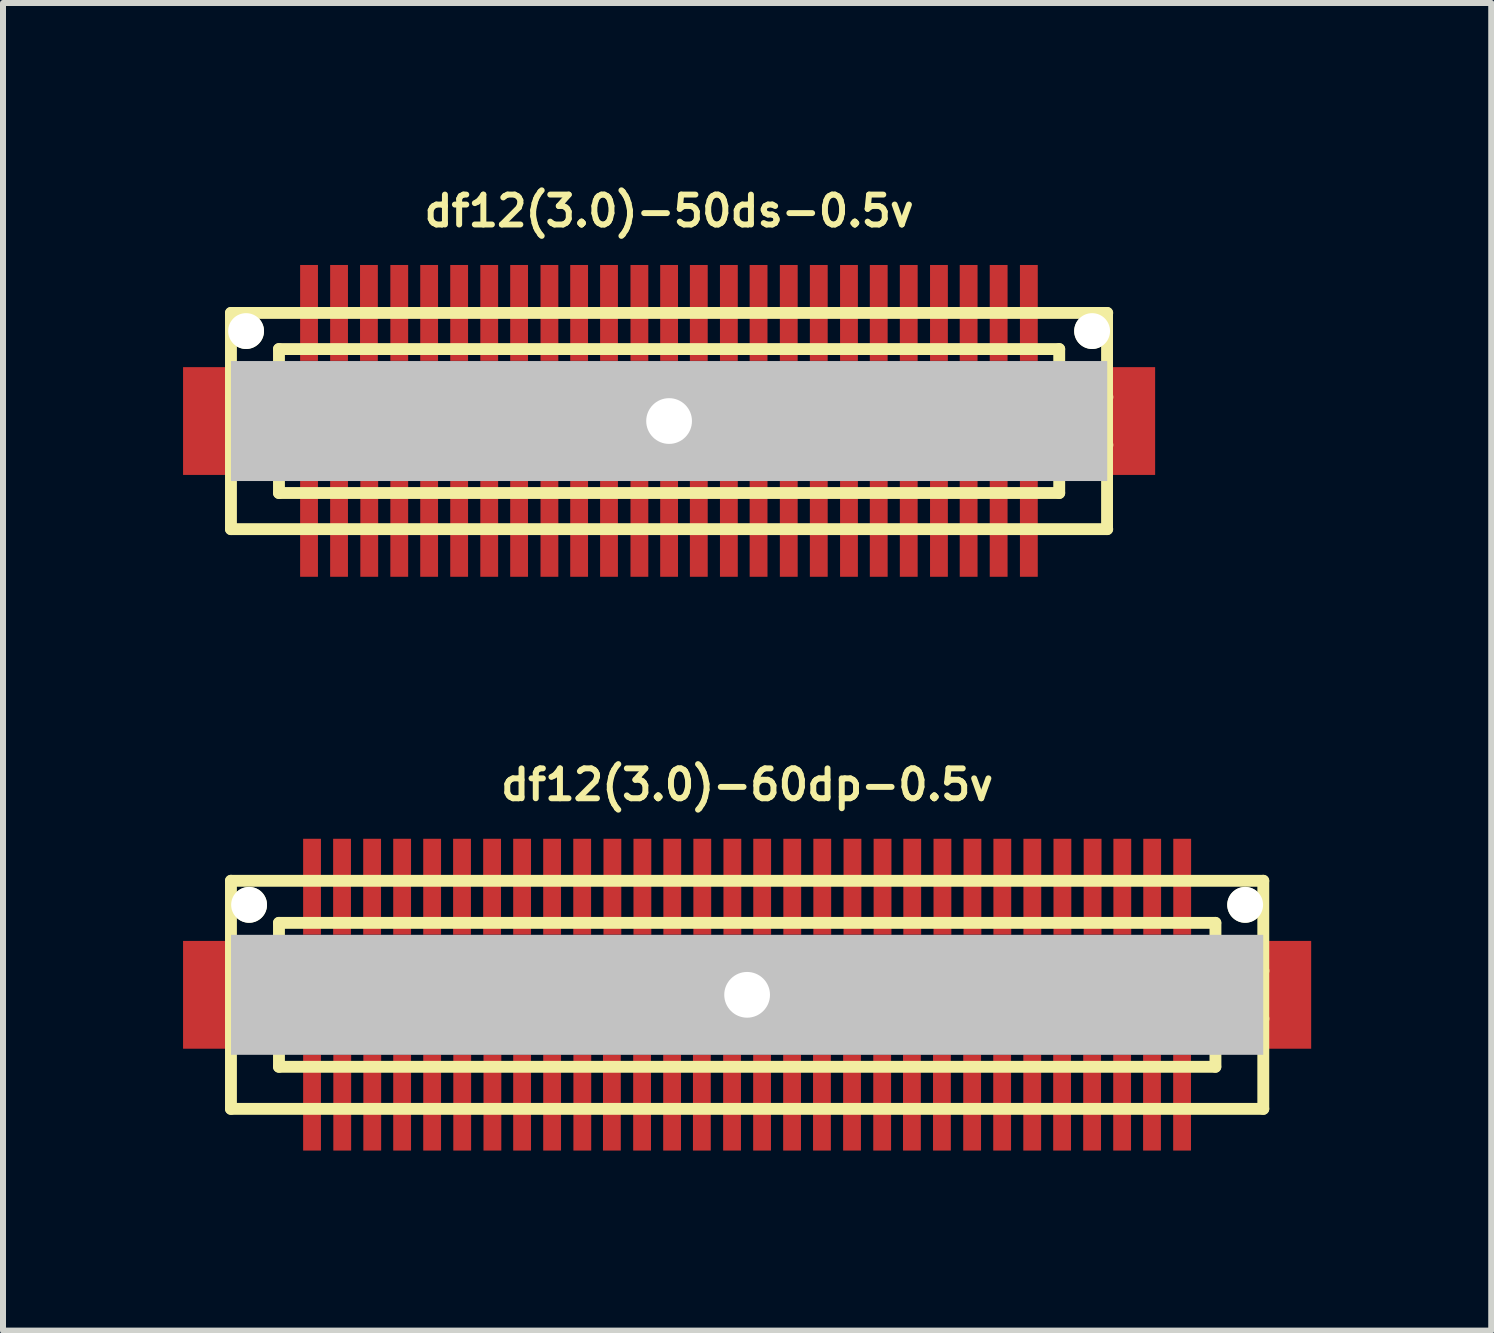
<source format=kicad_pcb>
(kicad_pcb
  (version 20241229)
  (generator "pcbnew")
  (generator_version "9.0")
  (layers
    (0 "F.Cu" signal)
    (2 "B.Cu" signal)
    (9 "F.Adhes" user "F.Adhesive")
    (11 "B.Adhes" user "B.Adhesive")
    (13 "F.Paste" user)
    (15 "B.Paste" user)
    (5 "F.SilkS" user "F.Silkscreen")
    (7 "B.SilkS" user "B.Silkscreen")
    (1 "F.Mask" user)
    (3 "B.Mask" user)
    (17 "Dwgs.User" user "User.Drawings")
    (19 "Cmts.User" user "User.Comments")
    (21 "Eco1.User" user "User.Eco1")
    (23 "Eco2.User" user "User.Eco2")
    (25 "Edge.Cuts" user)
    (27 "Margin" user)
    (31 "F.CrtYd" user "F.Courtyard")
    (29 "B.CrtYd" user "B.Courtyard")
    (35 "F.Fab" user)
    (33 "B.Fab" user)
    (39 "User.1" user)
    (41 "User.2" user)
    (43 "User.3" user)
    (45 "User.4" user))
  (footprint "df12(3.0)-50ds-0.5v"
    (layer "F.Cu")
    (at 8.098 3.965)
    (property "Reference" "df12(3.0)-50ds-0.5v" (at 0 -3.5 0) (layer "F.SilkS") (effects (font (size 0.498 0.498) (thickness 0.099))))
    (attr through_hole)
    (fp_line (start -7.3 1.801) (end -7.3 -1.801) (stroke (width 0.198) (type solid)) (layer "F.SilkS"))
    (fp_line (start -7.3 1.801) (end 7.3 1.801) (stroke (width 0.198) (type solid)) (layer "F.SilkS"))
    (fp_line (start -6.5 -1.199) (end 6.5 -1.199) (stroke (width 0.198) (type solid)) (layer "F.SilkS"))
    (fp_line (start -6.5 -0.701) (end 6.5 -0.701) (stroke (width 0.198) (type solid)) (layer "F.SilkS"))
    (fp_line (start -6.5 -0.399) (end -7.3 -0.399) (stroke (width 0.198) (type solid)) (layer "F.SilkS"))
    (fp_line (start -6.5 0.399) (end -7.3 0.399) (stroke (width 0.198) (type solid)) (layer "F.SilkS"))
    (fp_line (start -6.5 0.701) (end 6.5 0.701) (stroke (width 0.198) (type solid)) (layer "F.SilkS"))
    (fp_line (start -6.5 1.199) (end -6.5 -1.199) (stroke (width 0.198) (type solid)) (layer "F.SilkS"))
    (fp_line (start 6.5 -1.199) (end 6.5 1.199) (stroke (width 0.198) (type solid)) (layer "F.SilkS"))
    (fp_line (start 6.5 1.199) (end -6.5 1.199) (stroke (width 0.198) (type solid)) (layer "F.SilkS"))
    (fp_line (start 6.502 -0.399) (end 7.303 -0.399) (stroke (width 0.198) (type solid)) (layer "F.SilkS"))
    (fp_line (start 7.297 -1.801) (end 7.297 1.801) (stroke (width 0.198) (type solid)) (layer "F.SilkS"))
    (fp_line (start 7.3 -1.801) (end -7.3 -1.801) (stroke (width 0.198) (type solid)) (layer "F.SilkS"))
    (fp_line (start 7.303 0.399) (end 6.502 0.399) (stroke (width 0.198) (type solid)) (layer "F.SilkS"))
    (pad "" smd rect (at -7.699 0) (size 0.798 1.796) (layers "F.Cu" "F.Mask" "F.Paste"))
    (pad "" np_thru_hole circle (at -7.048 -1.499) (size 0.597 0.597) (drill 0.597) (layers "*.Cu" "*.Mask" "F.SilkS"))
    (pad "" np_thru_hole rect (at 0 0) (size 14.6 1.999) (drill 0.762) (layers "Dwgs.User"))
    (pad "" np_thru_hole circle (at 7.048 -1.499) (size 0.597 0.597) (drill 0.597) (layers "*.Cu" "*.Mask" "F.SilkS"))
    (pad "" smd rect (at 7.699 0) (size 0.798 1.796) (layers "F.Cu" "F.Mask" "F.Paste"))
    (pad "1" smd rect (at -5.999 1.796) (size 0.297 1.598) (layers "F.Cu" "F.Mask" "F.Paste"))
    (pad "2" smd rect (at -5.499 1.796) (size 0.297 1.598) (layers "F.Cu" "F.Mask" "F.Paste"))
    (pad "3" smd rect (at -4.996 1.796) (size 0.297 1.598) (layers "F.Cu" "F.Mask" "F.Paste"))
    (pad "4" smd rect (at -4.496 1.796) (size 0.297 1.598) (layers "F.Cu" "F.Mask" "F.Paste"))
    (pad "5" smd rect (at -3.998 1.796) (size 0.297 1.598) (layers "F.Cu" "F.Mask" "F.Paste"))
    (pad "6" smd rect (at -3.498 1.796) (size 0.297 1.598) (layers "F.Cu" "F.Mask" "F.Paste"))
    (pad "7" smd rect (at -2.997 1.796) (size 0.297 1.598) (layers "F.Cu" "F.Mask" "F.Paste"))
    (pad "8" smd rect (at -2.499 1.796) (size 0.297 1.598) (layers "F.Cu" "F.Mask" "F.Paste"))
    (pad "9" smd rect (at -1.994 1.796) (size 0.297 1.598) (layers "F.Cu" "F.Mask" "F.Paste"))
    (pad "10" smd rect (at -1.499 1.796) (size 0.297 1.598) (layers "F.Cu" "F.Mask" "F.Paste"))
    (pad "11" smd rect (at -1.001 1.796) (size 0.297 1.598) (layers "F.Cu" "F.Mask" "F.Paste"))
    (pad "12" smd rect (at -0.495 1.796) (size 0.297 1.598) (layers "F.Cu" "F.Mask" "F.Paste"))
    (pad "13" smd rect (at 0 1.796) (size 0.297 1.598) (layers "F.Cu" "F.Mask" "F.Paste"))
    (pad "14" smd rect (at 0.495 1.796) (size 0.297 1.598) (layers "F.Cu" "F.Mask" "F.Paste"))
    (pad "15" smd rect (at 0.996 1.796) (size 0.297 1.598) (layers "F.Cu" "F.Mask" "F.Paste"))
    (pad "16" smd rect (at 1.491 1.796) (size 0.297 1.598) (layers "F.Cu" "F.Mask" "F.Paste"))
    (pad "17" smd rect (at 1.994 1.796) (size 0.297 1.598) (layers "F.Cu" "F.Mask" "F.Paste"))
    (pad "18" smd rect (at 2.494 1.796) (size 0.297 1.598) (layers "F.Cu" "F.Mask" "F.Paste"))
    (pad "19" smd rect (at 2.997 1.796) (size 0.297 1.598) (layers "F.Cu" "F.Mask" "F.Paste"))
    (pad "20" smd rect (at 3.493 1.796) (size 0.297 1.598) (layers "F.Cu" "F.Mask" "F.Paste"))
    (pad "21" smd rect (at 3.993 1.796) (size 0.297 1.598) (layers "F.Cu" "F.Mask" "F.Paste"))
    (pad "22" smd rect (at 4.496 1.796) (size 0.297 1.598) (layers "F.Cu" "F.Mask" "F.Paste"))
    (pad "23" smd rect (at 4.991 1.796) (size 0.297 1.598) (layers "F.Cu" "F.Mask" "F.Paste"))
    (pad "24" smd rect (at 5.491 1.796) (size 0.297 1.598) (layers "F.Cu" "F.Mask" "F.Paste"))
    (pad "25" smd rect (at 5.994 1.796) (size 0.297 1.598) (layers "F.Cu" "F.Mask" "F.Paste"))
    (pad "26" smd rect (at 5.994 -1.801) (size 0.297 1.598) (layers "F.Cu" "F.Mask" "F.Paste"))
    (pad "27" smd rect (at 5.491 -1.801) (size 0.297 1.598) (layers "F.Cu" "F.Mask" "F.Paste"))
    (pad "28" smd rect (at 4.991 -1.801) (size 0.297 1.598) (layers "F.Cu" "F.Mask" "F.Paste"))
    (pad "29" smd rect (at 4.496 -1.801) (size 0.297 1.598) (layers "F.Cu" "F.Mask" "F.Paste"))
    (pad "30" smd rect (at 3.993 -1.801) (size 0.297 1.598) (layers "F.Cu" "F.Mask" "F.Paste"))
    (pad "31" smd rect (at 3.493 -1.801) (size 0.297 1.598) (layers "F.Cu" "F.Mask" "F.Paste"))
    (pad "32" smd rect (at 2.997 -1.801) (size 0.297 1.598) (layers "F.Cu" "F.Mask" "F.Paste"))
    (pad "33" smd rect (at 2.494 -1.801) (size 0.297 1.598) (layers "F.Cu" "F.Mask" "F.Paste"))
    (pad "34" smd rect (at 1.994 -1.801) (size 0.297 1.598) (layers "F.Cu" "F.Mask" "F.Paste"))
    (pad "35" smd rect (at 1.491 -1.801) (size 0.297 1.598) (layers "F.Cu" "F.Mask" "F.Paste"))
    (pad "36" smd rect (at 0.996 -1.801) (size 0.297 1.598) (layers "F.Cu" "F.Mask" "F.Paste"))
    (pad "37" smd rect (at 0.495 -1.801) (size 0.297 1.598) (layers "F.Cu" "F.Mask" "F.Paste"))
    (pad "38" smd rect (at 0 -1.801) (size 0.297 1.598) (layers "F.Cu" "F.Mask" "F.Paste"))
    (pad "39" smd rect (at -0.495 -1.801) (size 0.297 1.598) (layers "F.Cu" "F.Mask" "F.Paste"))
    (pad "40" smd rect (at -1.001 -1.801) (size 0.297 1.598) (layers "F.Cu" "F.Mask" "F.Paste"))
    (pad "41" smd rect (at -1.499 -1.801) (size 0.297 1.598) (layers "F.Cu" "F.Mask" "F.Paste"))
    (pad "42" smd rect (at -1.994 -1.801) (size 0.297 1.598) (layers "F.Cu" "F.Mask" "F.Paste"))
    (pad "43" smd rect (at -2.499 -1.801) (size 0.297 1.598) (layers "F.Cu" "F.Mask" "F.Paste"))
    (pad "44" smd rect (at -2.997 -1.801) (size 0.297 1.598) (layers "F.Cu" "F.Mask" "F.Paste"))
    (pad "45" smd rect (at -3.498 -1.801) (size 0.297 1.598) (layers "F.Cu" "F.Mask" "F.Paste"))
    (pad "46" smd rect (at -3.998 -1.801) (size 0.297 1.598) (layers "F.Cu" "F.Mask" "F.Paste"))
    (pad "47" smd rect (at -4.496 -1.801) (size 0.297 1.598) (layers "F.Cu" "F.Mask" "F.Paste"))
    (pad "48" smd rect (at -5.001 -1.801) (size 0.297 1.598) (layers "F.Cu" "F.Mask" "F.Paste"))
    (pad "49" smd rect (at -5.499 -1.801) (size 0.297 1.598) (layers "F.Cu" "F.Mask" "F.Paste"))
    (pad "50" smd rect (at -5.999 -1.801) (size 0.297 1.598) (layers "F.Cu" "F.Mask" "F.Paste")))
  (footprint "df12(3.0)-60dp-0.5v"
    (layer "F.Cu")
    (at 9.398 13.525)
    (property "Reference" "df12(3.0)-60dp-0.5v" (at 0 -3.5 0) (layer "F.SilkS") (effects (font (size 0.498 0.498) (thickness 0.099))))
    (attr through_hole)
    (fp_line (start -8.6 -1.9) (end -8.6 1.9) (stroke (width 0.198) (type solid)) (layer "F.SilkS"))
    (fp_line (start -8.6 1.9) (end 8.6 1.9) (stroke (width 0.198) (type solid)) (layer "F.SilkS"))
    (fp_line (start -7.8 -1.199) (end 7.8 -1.199) (stroke (width 0.198) (type solid)) (layer "F.SilkS"))
    (fp_line (start -7.8 -0.399) (end -8.6 -0.399) (stroke (width 0.198) (type solid)) (layer "F.SilkS"))
    (fp_line (start -7.8 0.399) (end -8.6 0.399) (stroke (width 0.198) (type solid)) (layer "F.SilkS"))
    (fp_line (start -7.8 1.199) (end -7.8 -1.199) (stroke (width 0.198) (type solid)) (layer "F.SilkS"))
    (fp_line (start 7.8 1.199) (end -7.8 1.199) (stroke (width 0.198) (type solid)) (layer "F.SilkS"))
    (fp_line (start 7.803 -1.199) (end 7.803 1.199) (stroke (width 0.198) (type solid)) (layer "F.SilkS"))
    (fp_line (start 7.803 -0.399) (end 8.603 -0.399) (stroke (width 0.198) (type solid)) (layer "F.SilkS"))
    (fp_line (start 8.6 -1.9) (end -8.6 -1.9) (stroke (width 0.198) (type solid)) (layer "F.SilkS"))
    (fp_line (start 8.6 1.9) (end 8.6 -1.9) (stroke (width 0.198) (type solid)) (layer "F.SilkS"))
    (fp_line (start 8.603 0.399) (end 7.803 0.399) (stroke (width 0.198) (type solid)) (layer "F.SilkS"))
    (pad "" smd rect (at -8.999 0) (size 0.798 1.796) (layers "F.Cu" "F.Mask" "F.Paste"))
    (pad "" np_thru_hole circle (at -8.298 -1.499) (size 0.597 0.597) (drill 0.597) (layers "*.Cu" "*.Mask" "F.SilkS"))
    (pad "" np_thru_hole rect (at 0 0) (size 17.198 1.999) (drill 0.762) (layers "Dwgs.User"))
    (pad "" np_thru_hole circle (at 8.298 -1.499) (size 0.597 0.597) (drill 0.597) (layers "*.Cu" "*.Mask" "F.SilkS"))
    (pad "" smd rect (at 8.999 0) (size 0.798 1.796) (layers "F.Cu" "F.Mask" "F.Paste"))
    (pad "1" smd rect (at 7.247 1.796) (size 0.297 1.598) (layers "F.Cu" "F.Mask" "F.Paste"))
    (pad "2" smd rect (at 6.746 1.796) (size 0.297 1.598) (layers "F.Cu" "F.Mask" "F.Paste"))
    (pad "3" smd rect (at 6.248 1.796) (size 0.297 1.598) (layers "F.Cu" "F.Mask" "F.Paste"))
    (pad "4" smd rect (at 5.748 1.796) (size 0.297 1.598) (layers "F.Cu" "F.Mask" "F.Paste"))
    (pad "5" smd rect (at 5.248 1.796) (size 0.297 1.598) (layers "F.Cu" "F.Mask" "F.Paste"))
    (pad "6" smd rect (at 4.75 1.796) (size 0.297 1.598) (layers "F.Cu" "F.Mask" "F.Paste"))
    (pad "7" smd rect (at 4.249 1.796) (size 0.297 1.598) (layers "F.Cu" "F.Mask" "F.Paste"))
    (pad "8" smd rect (at 3.749 1.796) (size 0.297 1.598) (layers "F.Cu" "F.Mask" "F.Paste"))
    (pad "9" smd rect (at 3.246 1.796) (size 0.297 1.598) (layers "F.Cu" "F.Mask" "F.Paste"))
    (pad "10" smd rect (at 2.746 1.796) (size 0.297 1.598) (layers "F.Cu" "F.Mask" "F.Paste"))
    (pad "11" smd rect (at 2.25 1.796) (size 0.297 1.598) (layers "F.Cu" "F.Mask" "F.Paste"))
    (pad "12" smd rect (at 1.748 1.796) (size 0.297 1.598) (layers "F.Cu" "F.Mask" "F.Paste"))
    (pad "13" smd rect (at 1.247 1.796) (size 0.297 1.598) (layers "F.Cu" "F.Mask" "F.Paste"))
    (pad "14" smd rect (at 0.749 1.796) (size 0.297 1.598) (layers "F.Cu" "F.Mask" "F.Paste"))
    (pad "15" smd rect (at 0.249 1.796) (size 0.297 1.598) (layers "F.Cu" "F.Mask" "F.Paste"))
    (pad "16" smd rect (at -0.251 1.796) (size 0.297 1.598) (layers "F.Cu" "F.Mask" "F.Paste"))
    (pad "17" smd rect (at -0.754 1.796) (size 0.297 1.598) (layers "F.Cu" "F.Mask" "F.Paste"))
    (pad "18" smd rect (at -1.25 1.796) (size 0.297 1.598) (layers "F.Cu" "F.Mask" "F.Paste"))
    (pad "19" smd rect (at -1.75 1.796) (size 0.297 1.598) (layers "F.Cu" "F.Mask" "F.Paste"))
    (pad "20" smd rect (at -2.253 1.796) (size 0.297 1.598) (layers "F.Cu" "F.Mask" "F.Paste"))
    (pad "21" smd rect (at -2.746 1.796) (size 0.297 1.598) (layers "F.Cu" "F.Mask" "F.Paste"))
    (pad "22" smd rect (at -3.249 1.796) (size 0.297 1.598) (layers "F.Cu" "F.Mask" "F.Paste"))
    (pad "23" smd rect (at -3.749 1.796) (size 0.297 1.598) (layers "F.Cu" "F.Mask" "F.Paste"))
    (pad "24" smd rect (at -4.244 1.796) (size 0.297 1.598) (layers "F.Cu" "F.Mask" "F.Paste"))
    (pad "25" smd rect (at -4.747 1.796) (size 0.297 1.598) (layers "F.Cu" "F.Mask" "F.Paste"))
    (pad "26" smd rect (at -5.248 1.796) (size 0.297 1.598) (layers "F.Cu" "F.Mask" "F.Paste"))
    (pad "27" smd rect (at -5.748 1.796) (size 0.297 1.598) (layers "F.Cu" "F.Mask" "F.Paste"))
    (pad "28" smd rect (at -6.246 1.796) (size 0.297 1.598) (layers "F.Cu" "F.Mask" "F.Paste"))
    (pad "29" smd rect (at -6.746 1.796) (size 0.297 1.598) (layers "F.Cu" "F.Mask" "F.Paste"))
    (pad "30" smd rect (at -7.249 1.796) (size 0.297 1.598) (layers "F.Cu" "F.Mask" "F.Paste"))
    (pad "31" smd rect (at -7.249 -1.801) (size 0.297 1.598) (layers "F.Cu" "F.Mask" "F.Paste"))
    (pad "32" smd rect (at -6.749 -1.801) (size 0.297 1.598) (layers "F.Cu" "F.Mask" "F.Paste"))
    (pad "33" smd rect (at -6.248 -1.801) (size 0.297 1.598) (layers "F.Cu" "F.Mask" "F.Paste"))
    (pad "34" smd rect (at -5.748 -1.801) (size 0.297 1.598) (layers "F.Cu" "F.Mask" "F.Paste"))
    (pad "35" smd rect (at -5.248 -1.801) (size 0.297 1.598) (layers "F.Cu" "F.Mask" "F.Paste"))
    (pad "36" smd rect (at -4.75 -1.801) (size 0.297 1.598) (layers "F.Cu" "F.Mask" "F.Paste"))
    (pad "37" smd rect (at -4.249 -1.801) (size 0.297 1.598) (layers "F.Cu" "F.Mask" "F.Paste"))
    (pad "38" smd rect (at -3.749 -1.801) (size 0.297 1.598) (layers "F.Cu" "F.Mask" "F.Paste"))
    (pad "39" smd rect (at -3.249 -1.801) (size 0.297 1.598) (layers "F.Cu" "F.Mask" "F.Paste"))
    (pad "40" smd rect (at -2.748 -1.801) (size 0.297 1.598) (layers "F.Cu" "F.Mask" "F.Paste"))
    (pad "41" smd rect (at -2.245 -1.801) (size 0.297 1.598) (layers "F.Cu" "F.Mask" "F.Paste"))
    (pad "42" smd rect (at -1.745 -1.801) (size 0.297 1.598) (layers "F.Cu" "F.Mask" "F.Paste"))
    (pad "43" smd rect (at -1.247 -1.801) (size 0.297 1.598) (layers "F.Cu" "F.Mask" "F.Paste"))
    (pad "44" smd rect (at -0.747 -1.801) (size 0.297 1.598) (layers "F.Cu" "F.Mask" "F.Paste"))
    (pad "45" smd rect (at -0.246 -1.801) (size 0.297 1.598) (layers "F.Cu" "F.Mask" "F.Paste"))
    (pad "46" smd rect (at 0.251 -1.801) (size 0.297 1.598) (layers "F.Cu" "F.Mask" "F.Paste"))
    (pad "47" smd rect (at 0.752 -1.801) (size 0.297 1.598) (layers "F.Cu" "F.Mask" "F.Paste"))
    (pad "48" smd rect (at 1.252 -1.801) (size 0.297 1.598) (layers "F.Cu" "F.Mask" "F.Paste"))
    (pad "49" smd rect (at 1.755 -1.801) (size 0.297 1.598) (layers "F.Cu" "F.Mask" "F.Paste"))
    (pad "50" smd rect (at 2.256 -1.801) (size 0.297 1.598) (layers "F.Cu" "F.Mask" "F.Paste"))
    (pad "51" smd rect (at 2.751 -1.801) (size 0.297 1.598) (layers "F.Cu" "F.Mask" "F.Paste"))
    (pad "52" smd rect (at 3.254 -1.801) (size 0.297 1.598) (layers "F.Cu" "F.Mask" "F.Paste"))
    (pad "53" smd rect (at 3.754 -1.801) (size 0.297 1.598) (layers "F.Cu" "F.Mask" "F.Paste"))
    (pad "54" smd rect (at 4.252 -1.801) (size 0.297 1.598) (layers "F.Cu" "F.Mask" "F.Paste"))
    (pad "55" smd rect (at 4.752 -1.801) (size 0.297 1.598) (layers "F.Cu" "F.Mask" "F.Paste"))
    (pad "56" smd rect (at 5.253 -1.801) (size 0.297 1.598) (layers "F.Cu" "F.Mask" "F.Paste"))
    (pad "57" smd rect (at 5.756 -1.801) (size 0.297 1.598) (layers "F.Cu" "F.Mask" "F.Paste"))
    (pad "58" smd rect (at 6.251 -1.801) (size 0.297 1.598) (layers "F.Cu" "F.Mask" "F.Paste"))
    (pad "59" smd rect (at 6.749 -1.801) (size 0.297 1.598) (layers "F.Cu" "F.Mask" "F.Paste"))
    (pad "60" smd rect (at 7.249 -1.801) (size 0.297 1.598) (layers "F.Cu" "F.Mask" "F.Paste")))
  (gr_rect
    (start -3 -3)
    (end 21.796 19.12)
    (stroke (width 0.1) (type default))
    (fill no)
    (layer "Edge.Cuts")))
</source>
